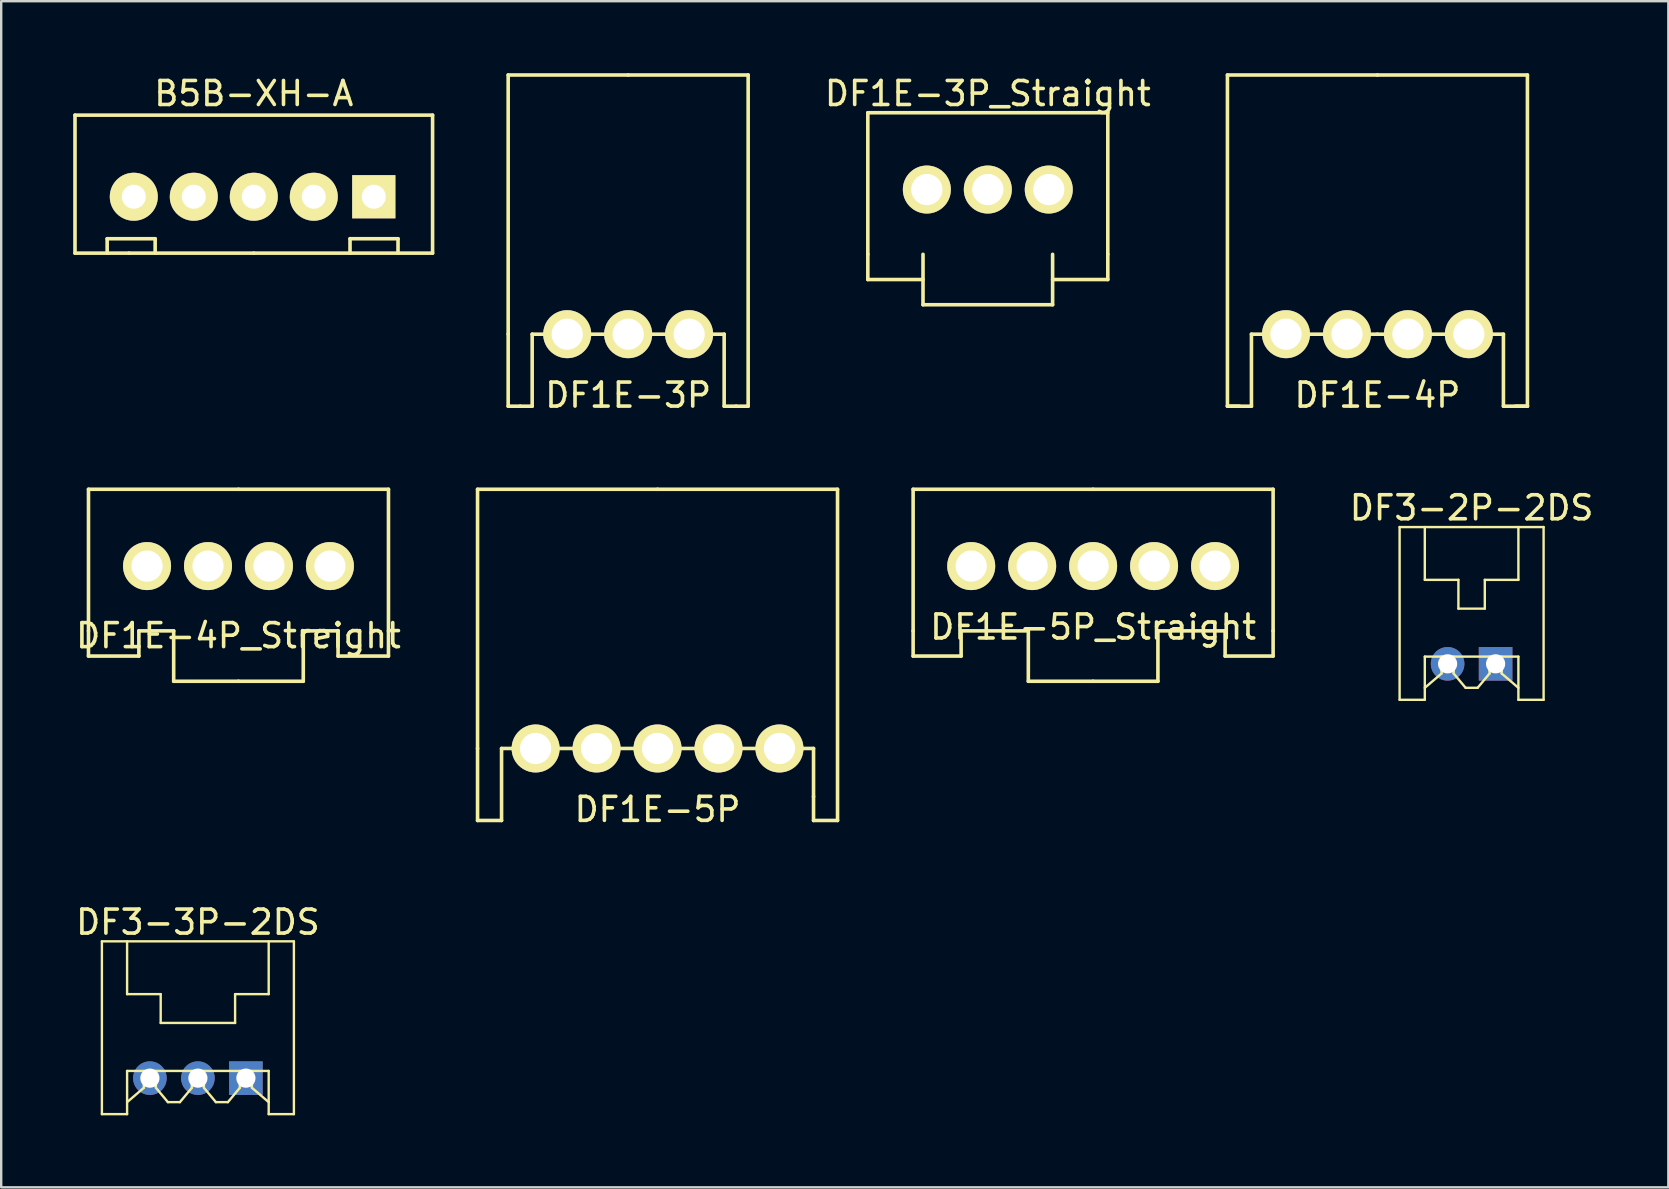
<source format=kicad_pcb>
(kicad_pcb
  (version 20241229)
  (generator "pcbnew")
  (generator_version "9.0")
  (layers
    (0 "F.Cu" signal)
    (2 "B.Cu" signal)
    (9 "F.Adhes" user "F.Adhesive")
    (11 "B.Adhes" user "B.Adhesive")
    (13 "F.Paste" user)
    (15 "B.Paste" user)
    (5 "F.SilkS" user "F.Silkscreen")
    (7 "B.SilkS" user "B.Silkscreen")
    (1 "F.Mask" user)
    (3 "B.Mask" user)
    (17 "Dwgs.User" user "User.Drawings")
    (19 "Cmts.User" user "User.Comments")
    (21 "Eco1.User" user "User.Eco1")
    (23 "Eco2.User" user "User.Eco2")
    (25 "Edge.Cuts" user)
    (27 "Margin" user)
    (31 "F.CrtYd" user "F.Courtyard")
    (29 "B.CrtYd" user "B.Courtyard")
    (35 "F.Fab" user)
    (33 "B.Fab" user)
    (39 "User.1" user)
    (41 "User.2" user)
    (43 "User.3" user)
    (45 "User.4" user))
  (footprint "DF1E-4P"
    (layer "F.Cu")
    (at 54.346 10.875)
    (property "Reference" "DF1E-4P" (at 0 2.54 0) (layer "F.SilkS") (effects (font (size 1 1) (thickness 0.15))))
    (attr through_hole)
    (fp_line (start -6.25 -10.8) (end -6.25 3) (stroke (width 0.15) (type solid)) (layer "F.SilkS"))
    (fp_line (start -6.25 3) (end -5.75 3) (stroke (width 0.15) (type solid)) (layer "F.SilkS"))
    (fp_line (start -6.25 3) (end -5.25 3) (stroke (width 0.15) (type solid)) (layer "F.SilkS"))
    (fp_line (start -5.25 0) (end -1.25 0) (stroke (width 0.15) (type solid)) (layer "F.SilkS"))
    (fp_line (start -5.25 3) (end -5.25 0) (stroke (width 0.15) (type solid)) (layer "F.SilkS"))
    (fp_line (start -1.25 0) (end 0 0) (stroke (width 0.15) (type solid)) (layer "F.SilkS"))
    (fp_line (start 0 -10.8) (end -6.25 -10.8) (stroke (width 0.15) (type solid)) (layer "F.SilkS"))
    (fp_line (start 5.25 0) (end 0 0) (stroke (width 0.15) (type solid)) (layer "F.SilkS"))
    (fp_line (start 5.25 3) (end 5.25 0) (stroke (width 0.15) (type solid)) (layer "F.SilkS"))
    (fp_line (start 5.75 3) (end 6.25 3) (stroke (width 0.15) (type solid)) (layer "F.SilkS"))
    (fp_line (start 6.25 -10.8) (end 0 -10.8) (stroke (width 0.15) (type solid)) (layer "F.SilkS"))
    (fp_line (start 6.25 3) (end 5.25 3) (stroke (width 0.15) (type solid)) (layer "F.SilkS"))
    (fp_line (start 6.25 3) (end 6.25 -10.8) (stroke (width 0.15) (type solid)) (layer "F.SilkS"))
    (pad "1" thru_hole circle (at -3.81 0) (size 2 2) (drill 1.3) (layers "*.Cu" "*.Mask" "F.SilkS"))
    (pad "2" thru_hole circle (at -1.27 0) (size 2 2) (drill 1.3) (layers "*.Cu" "*.Mask" "F.SilkS"))
    (pad "3" thru_hole circle (at 1.27 0) (size 2 2) (drill 1.3) (layers "*.Cu" "*.Mask" "F.SilkS"))
    (pad "4" thru_hole circle (at 3.81 0) (size 2 2) (drill 1.3) (layers "*.Cu" "*.Mask" "F.SilkS")))
  (footprint "DF1E-5P"
    (layer "F.Cu")
    (at 24.349 28.138)
    (property "Reference" "DF1E-5P" (at 0 2.54 0) (layer "F.SilkS") (effects (font (size 1 1) (thickness 0.15))))
    (attr through_hole)
    (fp_line (start -7.5 -10.8) (end -7.5 0) (stroke (width 0.15) (type solid)) (layer "F.SilkS"))
    (fp_line (start -7.5 0) (end -7.5 3) (stroke (width 0.15) (type solid)) (layer "F.SilkS"))
    (fp_line (start -7.5 3) (end -6.5 3) (stroke (width 0.15) (type solid)) (layer "F.SilkS"))
    (fp_line (start -6.5 0) (end 0 0) (stroke (width 0.15) (type solid)) (layer "F.SilkS"))
    (fp_line (start -6.5 3) (end -6.5 0) (stroke (width 0.15) (type solid)) (layer "F.SilkS"))
    (fp_line (start 0 -10.8) (end -7.5 -10.8) (stroke (width 0.15) (type solid)) (layer "F.SilkS"))
    (fp_line (start 0 -10.8) (end 7.5 -10.8) (stroke (width 0.15) (type solid)) (layer "F.SilkS"))
    (fp_line (start 6.5 0) (end 0 0) (stroke (width 0.15) (type solid)) (layer "F.SilkS"))
    (fp_line (start 6.5 2) (end 6.5 0) (stroke (width 0.15) (type solid)) (layer "F.SilkS"))
    (fp_line (start 6.5 3) (end 6.5 2) (stroke (width 0.15) (type solid)) (layer "F.SilkS"))
    (fp_line (start 7.5 -10.8) (end 7.5 3) (stroke (width 0.15) (type solid)) (layer "F.SilkS"))
    (fp_line (start 7.5 3) (end 6.5 3) (stroke (width 0.15) (type solid)) (layer "F.SilkS"))
    (pad "1" thru_hole circle (at -5.08 0) (size 2 2) (drill 1.3) (layers "*.Cu" "*.Mask" "F.SilkS"))
    (pad "2" thru_hole circle (at -2.54 0) (size 2 2) (drill 1.3) (layers "*.Cu" "*.Mask" "F.SilkS"))
    (pad "3" thru_hole circle (at 0 0) (size 2 2) (drill 1.3) (layers "*.Cu" "*.Mask" "F.SilkS"))
    (pad "4" thru_hole circle (at 2.54 0) (size 2 2) (drill 1.3) (layers "*.Cu" "*.Mask" "F.SilkS"))
    (pad "5" thru_hole circle (at 5.08 0) (size 2 2) (drill 1.3) (layers "*.Cu" "*.Mask" "F.SilkS")))
  (footprint "DF1E-4P_Streight"
    (layer "F.Cu")
    (at 6.887 20.538)
    (property "Reference" "DF1E-4P_Streight" (at 0 2.9 0) (layer "F.SilkS") (effects (font (size 1 1) (thickness 0.15))))
    (attr through_hole)
    (fp_line (start -6.25 2.7) (end -6.25 -3.2) (stroke (width 0.15) (type solid)) (layer "F.SilkS"))
    (fp_line (start -6.25 2.7) (end -6.25 3.75) (stroke (width 0.15) (type solid)) (layer "F.SilkS"))
    (fp_line (start -6.25 3.75) (end -4.15 3.75) (stroke (width 0.15) (type solid)) (layer "F.SilkS"))
    (fp_line (start -4.15 3.75) (end -4.15 2.7) (stroke (width 0.15) (type solid)) (layer "F.SilkS"))
    (fp_line (start -2.7 2.7) (end -4.15 2.7) (stroke (width 0.15) (type solid)) (layer "F.SilkS"))
    (fp_line (start -2.7 4.8) (end -2.7 2.7) (stroke (width 0.15) (type solid)) (layer "F.SilkS"))
    (fp_line (start 0 -3.2) (end -6.25 -3.2) (stroke (width 0.15) (type solid)) (layer "F.SilkS"))
    (fp_line (start 0 -3.2) (end 6.25 -3.2) (stroke (width 0.15) (type solid)) (layer "F.SilkS"))
    (fp_line (start 0 4.8) (end -2.7 4.8) (stroke (width 0.15) (type solid)) (layer "F.SilkS"))
    (fp_line (start 0 4.8) (end 2.7 4.8) (stroke (width 0.15) (type solid)) (layer "F.SilkS"))
    (fp_line (start 2.7 4.8) (end 2.7 2.7) (stroke (width 0.15) (type solid)) (layer "F.SilkS"))
    (fp_line (start 4.15 2.7) (end 2.7 2.7) (stroke (width 0.15) (type solid)) (layer "F.SilkS"))
    (fp_line (start 4.15 3.75) (end 4.15 2.7) (stroke (width 0.15) (type solid)) (layer "F.SilkS"))
    (fp_line (start 6.25 -3.2) (end 6.25 2.7) (stroke (width 0.15) (type solid)) (layer "F.SilkS"))
    (fp_line (start 6.25 2.7) (end 6.25 3.75) (stroke (width 0.15) (type solid)) (layer "F.SilkS"))
    (fp_line (start 6.25 3.75) (end 4.15 3.75) (stroke (width 0.15) (type solid)) (layer "F.SilkS"))
    (pad "1" thru_hole circle (at -3.81 0) (size 2 2) (drill 1.3) (layers "*.Cu" "*.Mask" "F.SilkS"))
    (pad "2" thru_hole circle (at -1.27 0) (size 2 2) (drill 1.3) (layers "*.Cu" "*.Mask" "F.SilkS"))
    (pad "3" thru_hole circle (at 1.27 0) (size 2 2) (drill 1.3) (layers "*.Cu" "*.Mask" "F.SilkS"))
    (pad "4" thru_hole circle (at 3.81 0) (size 2 2) (drill 1.3) (layers "*.Cu" "*.Mask" "F.SilkS")))
  (footprint "DF1E-5P_Straight"
    (layer "F.Cu")
    (at 42.499 20.538)
    (property "Reference" "DF1E-5P_Straight" (at 0 2.54 0) (layer "F.SilkS") (effects (font (size 1 1) (thickness 0.15))))
    (attr through_hole)
    (fp_line (start -7.5 -3.2) (end -7.5 2.7) (stroke (width 0.15) (type solid)) (layer "F.SilkS"))
    (fp_line (start -7.5 2.7) (end -7.5 3.75) (stroke (width 0.15) (type solid)) (layer "F.SilkS"))
    (fp_line (start -7.5 3.75) (end -5.5 3.75) (stroke (width 0.15) (type solid)) (layer "F.SilkS"))
    (fp_line (start -5.5 3.75) (end -5.5 2.7) (stroke (width 0.15) (type solid)) (layer "F.SilkS"))
    (fp_line (start -2.7 2.7) (end -5.5 2.7) (stroke (width 0.15) (type solid)) (layer "F.SilkS"))
    (fp_line (start -2.7 4.8) (end -2.7 2.7) (stroke (width 0.15) (type solid)) (layer "F.SilkS"))
    (fp_line (start 0 -3.2) (end -7.5 -3.2) (stroke (width 0.15) (type solid)) (layer "F.SilkS"))
    (fp_line (start 0 4.8) (end -2.7 4.8) (stroke (width 0.15) (type solid)) (layer "F.SilkS"))
    (fp_line (start 0 4.8) (end 2.7 4.8) (stroke (width 0.15) (type solid)) (layer "F.SilkS"))
    (fp_line (start 2.7 4.8) (end 2.7 2.7) (stroke (width 0.15) (type solid)) (layer "F.SilkS"))
    (fp_line (start 5.5 2.7) (end 2.7 2.7) (stroke (width 0.15) (type solid)) (layer "F.SilkS"))
    (fp_line (start 5.5 3.75) (end 5.5 2.7) (stroke (width 0.15) (type solid)) (layer "F.SilkS"))
    (fp_line (start 7.5 -3.2) (end 0 -3.2) (stroke (width 0.15) (type solid)) (layer "F.SilkS"))
    (fp_line (start 7.5 2.7) (end 7.5 -3.2) (stroke (width 0.15) (type solid)) (layer "F.SilkS"))
    (fp_line (start 7.5 2.7) (end 7.5 3.75) (stroke (width 0.15) (type solid)) (layer "F.SilkS"))
    (fp_line (start 7.5 3.75) (end 5.5 3.75) (stroke (width 0.15) (type solid)) (layer "F.SilkS"))
    (pad "1" thru_hole circle (at -5.08 0) (size 2 2) (drill 1.3) (layers "*.Cu" "*.Mask" "F.SilkS"))
    (pad "2" thru_hole circle (at -2.54 0) (size 2 2) (drill 1.3) (layers "*.Cu" "*.Mask" "F.SilkS"))
    (pad "3" thru_hole circle (at 0 0) (size 2 2) (drill 1.3) (layers "*.Cu" "*.Mask" "F.SilkS"))
    (pad "4" thru_hole circle (at 2.54 0) (size 2 2) (drill 1.3) (layers "*.Cu" "*.Mask" "F.SilkS"))
    (pad "5" thru_hole circle (at 5.08 0) (size 2 2) (drill 1.3) (layers "*.Cu" "*.Mask" "F.SilkS")))
  (footprint "DF3-3P-2DS"
    (layer "F.Cu")
    (at 5.196 41.875)
    (property "Reference" "DF3-3P-2DS" (at 0 -6.5 0) (layer "F.SilkS") (effects (font (size 1 1) (thickness 0.15))))
    (attr through_hole)
    (fp_line (start -4 -5.7) (end 4 -5.7) (stroke (width 0.1) (type solid)) (layer "F.SilkS"))
    (fp_line (start -4 1.5) (end -4 -5.7) (stroke (width 0.1) (type solid)) (layer "F.SilkS"))
    (fp_line (start -4 1.5) (end -2.95 1.5) (stroke (width 0.1) (type solid)) (layer "F.SilkS"))
    (fp_line (start -2.95 -5.7) (end -2.95 -3.5) (stroke (width 0.1) (type solid)) (layer "F.SilkS"))
    (fp_line (start -2.95 -0.3) (end 2.95 -0.3) (stroke (width 0.1) (type solid)) (layer "F.SilkS"))
    (fp_line (start -2.95 1) (end -2.25 0.4) (stroke (width 0.1) (type solid)) (layer "F.SilkS"))
    (fp_line (start -2.95 1.5) (end -2.95 -0.3) (stroke (width 0.1) (type solid)) (layer "F.SilkS"))
    (fp_line (start -2.25 0.3) (end -1.75 0.3) (stroke (width 0.1) (type solid)) (layer "F.SilkS"))
    (fp_line (start -2.25 0.4) (end -2.25 -0.3) (stroke (width 0.1) (type solid)) (layer "F.SilkS"))
    (fp_line (start -1.75 0.4) (end -1.75 -0.3) (stroke (width 0.1) (type solid)) (layer "F.SilkS"))
    (fp_line (start -1.55 -3.5) (end -2.95 -3.5) (stroke (width 0.1) (type solid)) (layer "F.SilkS"))
    (fp_line (start -1.55 -2.3) (end -1.55 -3.5) (stroke (width 0.1) (type solid)) (layer "F.SilkS"))
    (fp_line (start -1.25 1) (end -1.75 0.4) (stroke (width 0.1) (type solid)) (layer "F.SilkS"))
    (fp_line (start -0.75 1) (end -1.25 1) (stroke (width 0.1) (type solid)) (layer "F.SilkS"))
    (fp_line (start -0.25 0.3) (end 0.25 0.3) (stroke (width 0.1) (type solid)) (layer "F.SilkS"))
    (fp_line (start -0.25 0.4) (end -0.75 1) (stroke (width 0.1) (type solid)) (layer "F.SilkS"))
    (fp_line (start -0.25 0.4) (end -0.25 -0.3) (stroke (width 0.1) (type solid)) (layer "F.SilkS"))
    (fp_line (start 0.25 -0.3) (end 0.25 0.4) (stroke (width 0.1) (type solid)) (layer "F.SilkS"))
    (fp_line (start 0.25 0.4) (end 0.75 1) (stroke (width 0.1) (type solid)) (layer "F.SilkS"))
    (fp_line (start 0.75 1) (end 1.25 1) (stroke (width 0.1) (type solid)) (layer "F.SilkS"))
    (fp_line (start 1.25 1) (end 1.75 0.4) (stroke (width 0.1) (type solid)) (layer "F.SilkS"))
    (fp_line (start 1.55 -3.5) (end 2.95 -3.5) (stroke (width 0.1) (type solid)) (layer "F.SilkS"))
    (fp_line (start 1.55 -2.3) (end -1.55 -2.3) (stroke (width 0.1) (type solid)) (layer "F.SilkS"))
    (fp_line (start 1.55 -2.3) (end 1.55 -3.5) (stroke (width 0.1) (type solid)) (layer "F.SilkS"))
    (fp_line (start 1.75 0.3) (end 2.25 0.3) (stroke (width 0.1) (type solid)) (layer "F.SilkS"))
    (fp_line (start 1.75 0.4) (end 1.75 -0.3) (stroke (width 0.1) (type solid)) (layer "F.SilkS"))
    (fp_line (start 2.25 0.4) (end 2.25 -0.3) (stroke (width 0.1) (type solid)) (layer "F.SilkS"))
    (fp_line (start 2.95 -3.5) (end 2.95 -5.7) (stroke (width 0.1) (type solid)) (layer "F.SilkS"))
    (fp_line (start 2.95 -0.3) (end 2.95 1.5) (stroke (width 0.1) (type solid)) (layer "F.SilkS"))
    (fp_line (start 2.95 1) (end 2.25 0.4) (stroke (width 0.1) (type solid)) (layer "F.SilkS"))
    (fp_line (start 2.95 1.5) (end 4 1.5) (stroke (width 0.1) (type solid)) (layer "F.SilkS"))
    (fp_line (start 4 1.5) (end 4 -5.7) (stroke (width 0.1) (type solid)) (layer "F.SilkS"))
    (pad "1" thru_hole rect (at 2 0) (size 1.4 1.4) (drill 0.8) (layers "*.Cu" "*.Mask"))
    (pad "2" thru_hole circle (at 0 0) (size 1.4 1.4) (drill 0.8) (layers "*.Cu" "*.Mask"))
    (pad "3" thru_hole circle (at -2 0) (size 1.4 1.4) (drill 0.8) (layers "*.Cu" "*.Mask")))
  (footprint "DF3-2P-2DS"
    (layer "F.Cu")
    (at 58.27 24.611)
    (property "Reference" "DF3-2P-2DS" (at 0 -6.5 0) (layer "F.SilkS") (effects (font (size 1 1) (thickness 0.15))))
    (attr through_hole)
    (fp_line (start -3 -5.7) (end 3 -5.7) (stroke (width 0.1) (type solid)) (layer "F.SilkS"))
    (fp_line (start -3 1.5) (end -3 -5.7) (stroke (width 0.1) (type solid)) (layer "F.SilkS"))
    (fp_line (start -3 1.5) (end -1.95 1.5) (stroke (width 0.1) (type solid)) (layer "F.SilkS"))
    (fp_line (start -1.95 -5.7) (end -1.95 -3.5) (stroke (width 0.1) (type solid)) (layer "F.SilkS"))
    (fp_line (start -1.95 -3.5) (end -0.55 -3.5) (stroke (width 0.1) (type solid)) (layer "F.SilkS"))
    (fp_line (start -1.95 -0.3) (end 1.95 -0.3) (stroke (width 0.1) (type solid)) (layer "F.SilkS"))
    (fp_line (start -1.95 1) (end -1.25 0.4) (stroke (width 0.1) (type solid)) (layer "F.SilkS"))
    (fp_line (start -1.95 1.5) (end -1.95 -0.3) (stroke (width 0.1) (type solid)) (layer "F.SilkS"))
    (fp_line (start -1.25 0.3) (end -0.75 0.3) (stroke (width 0.1) (type solid)) (layer "F.SilkS"))
    (fp_line (start -1.25 0.4) (end -1.25 -0.3) (stroke (width 0.1) (type solid)) (layer "F.SilkS"))
    (fp_line (start -0.75 -0.3) (end -0.75 0.4) (stroke (width 0.1) (type solid)) (layer "F.SilkS"))
    (fp_line (start -0.75 0.4) (end -0.25 1) (stroke (width 0.1) (type solid)) (layer "F.SilkS"))
    (fp_line (start -0.55 -3.5) (end -0.55 -2.3) (stroke (width 0.1) (type solid)) (layer "F.SilkS"))
    (fp_line (start -0.55 -2.3) (end 0.55 -2.3) (stroke (width 0.1) (type solid)) (layer "F.SilkS"))
    (fp_line (start -0.25 1) (end 0.25 1) (stroke (width 0.1) (type solid)) (layer "F.SilkS"))
    (fp_line (start 0.25 1) (end 0.75 0.4) (stroke (width 0.1) (type solid)) (layer "F.SilkS"))
    (fp_line (start 0.55 -3.5) (end 1.95 -3.5) (stroke (width 0.1) (type solid)) (layer "F.SilkS"))
    (fp_line (start 0.55 -2.3) (end 0.55 -3.5) (stroke (width 0.1) (type solid)) (layer "F.SilkS"))
    (fp_line (start 0.75 0.3) (end 1.25 0.3) (stroke (width 0.1) (type solid)) (layer "F.SilkS"))
    (fp_line (start 0.75 0.4) (end 0.75 -0.3) (stroke (width 0.1) (type solid)) (layer "F.SilkS"))
    (fp_line (start 1.25 0.4) (end 1.25 -0.3) (stroke (width 0.1) (type solid)) (layer "F.SilkS"))
    (fp_line (start 1.95 -3.5) (end 1.95 -5.7) (stroke (width 0.1) (type solid)) (layer "F.SilkS"))
    (fp_line (start 1.95 -0.3) (end 1.95 1.5) (stroke (width 0.1) (type solid)) (layer "F.SilkS"))
    (fp_line (start 1.95 1) (end 1.25 0.4) (stroke (width 0.1) (type solid)) (layer "F.SilkS"))
    (fp_line (start 1.95 1.5) (end 3 1.5) (stroke (width 0.1) (type solid)) (layer "F.SilkS"))
    (fp_line (start 3 1.5) (end 3 -5.7) (stroke (width 0.1) (type solid)) (layer "F.SilkS"))
    (pad "1" thru_hole rect (at 1 0) (size 1.4 1.4) (drill 0.8) (layers "*.Cu" "*.Mask"))
    (pad "2" thru_hole circle (at -1 0) (size 1.4 1.4) (drill 0.8) (layers "*.Cu" "*.Mask")))
  (footprint "DF1E-3P_Straight"
    (layer "F.Cu")
    (at 38.111 4.848)
    (property "Reference" "DF1E-3P_Straight" (at 0 -4 180) (layer "F.SilkS") (effects (font (size 1 1) (thickness 0.15))))
    (attr through_hole)
    (fp_line (start -5 -3.2) (end -5 2.7) (stroke (width 0.15) (type solid)) (layer "F.SilkS"))
    (fp_line (start -5 2.7) (end -5 3.75) (stroke (width 0.15) (type solid)) (layer "F.SilkS"))
    (fp_line (start -5 3.75) (end -2.7 3.75) (stroke (width 0.15) (type solid)) (layer "F.SilkS"))
    (fp_line (start -2.7 4.8) (end -2.7 2.7) (stroke (width 0.15) (type solid)) (layer "F.SilkS"))
    (fp_line (start 2.7 2.7) (end 2.7 4.8) (stroke (width 0.15) (type solid)) (layer "F.SilkS"))
    (fp_line (start 2.7 4.8) (end -2.7 4.8) (stroke (width 0.15) (type solid)) (layer "F.SilkS"))
    (fp_line (start 5 -3.2) (end -5 -3.2) (stroke (width 0.15) (type solid)) (layer "F.SilkS"))
    (fp_line (start 5 2.7) (end 5 -3.2) (stroke (width 0.15) (type solid)) (layer "F.SilkS"))
    (fp_line (start 5 2.7) (end 5 3.75) (stroke (width 0.15) (type solid)) (layer "F.SilkS"))
    (fp_line (start 5 3.75) (end 2.7 3.75) (stroke (width 0.15) (type solid)) (layer "F.SilkS"))
    (pad "1" thru_hole circle (at -2.54 0 180) (size 2 2) (drill 1.3) (layers "*.Cu" "*.Mask" "F.SilkS"))
    (pad "2" thru_hole circle (at 0 0 180) (size 2 2) (drill 1.3) (layers "*.Cu" "*.Mask" "F.SilkS"))
    (pad "3" thru_hole circle (at 2.54 0 180) (size 2 2) (drill 1.3) (layers "*.Cu" "*.Mask" "F.SilkS")))
  (footprint "DF1E-3P"
    (layer "F.Cu")
    (at 23.125 10.875)
    (property "Reference" "DF1E-3P" (at 0 2.54 0) (layer "F.SilkS") (effects (font (size 1 1) (thickness 0.15))))
    (attr through_hole)
    (fp_line (start -5 -10.8) (end -5 0) (stroke (width 0.15) (type solid)) (layer "F.SilkS"))
    (fp_line (start -5 0) (end -5 3) (stroke (width 0.15) (type solid)) (layer "F.SilkS"))
    (fp_line (start -5 3) (end -4.5 3) (stroke (width 0.15) (type solid)) (layer "F.SilkS"))
    (fp_line (start -4.5 3) (end -4 3) (stroke (width 0.15) (type solid)) (layer "F.SilkS"))
    (fp_line (start -4 0) (end -0.05 0) (stroke (width 0.15) (type solid)) (layer "F.SilkS"))
    (fp_line (start -4 3) (end -4 0) (stroke (width 0.15) (type solid)) (layer "F.SilkS"))
    (fp_line (start 0 -10.8) (end -5 -10.8) (stroke (width 0.15) (type solid)) (layer "F.SilkS"))
    (fp_line (start 0 -10.8) (end 5 -10.8) (stroke (width 0.15) (type solid)) (layer "F.SilkS"))
    (fp_line (start 4 0) (end -0.05 0) (stroke (width 0.15) (type solid)) (layer "F.SilkS"))
    (fp_line (start 4 3) (end 4 0) (stroke (width 0.15) (type solid)) (layer "F.SilkS"))
    (fp_line (start 4.5 3) (end 4 3) (stroke (width 0.15) (type solid)) (layer "F.SilkS"))
    (fp_line (start 5 -10.8) (end 5 3) (stroke (width 0.15) (type solid)) (layer "F.SilkS"))
    (fp_line (start 5 3) (end 4.5 3) (stroke (width 0.15) (type solid)) (layer "F.SilkS"))
    (pad "1" thru_hole circle (at -2.54 0) (size 2 2) (drill 1.3) (layers "*.Cu" "*.Mask" "F.SilkS"))
    (pad "2" thru_hole circle (at 0 0) (size 2 2) (drill 1.3) (layers "*.Cu" "*.Mask" "F.SilkS"))
    (pad "3" thru_hole circle (at 2.54 0) (size 2 2) (drill 1.3) (layers "*.Cu" "*.Mask" "F.SilkS")))
  (footprint "B5B-XH-A"
    (layer "F.Cu")
    (at 7.525 5.148)
    (property "Reference" "B5B-XH-A" (at 0 -4.3 0) (layer "F.SilkS") (effects (font (size 1 1) (thickness 0.15))))
    (attr through_hole)
    (fp_line (start -7.45 2.35) (end -7.45 -3.4) (stroke (width 0.15) (type solid)) (layer "F.SilkS"))
    (fp_line (start -6.11 1.75) (end -4.11 1.75) (stroke (width 0.15) (type solid)) (layer "F.SilkS"))
    (fp_line (start -6.11 2.35) (end -6.11 1.75) (stroke (width 0.15) (type solid)) (layer "F.SilkS"))
    (fp_line (start -5.2 2.35) (end -7.45 2.35) (stroke (width 0.15) (type solid)) (layer "F.SilkS"))
    (fp_line (start -5.2 2.35) (end 0 2.35) (stroke (width 0.15) (type solid)) (layer "F.SilkS"))
    (fp_line (start -4.11 1.75) (end -4.11 2.35) (stroke (width 0.15) (type solid)) (layer "F.SilkS"))
    (fp_line (start 0 2.35) (end 7.45 2.35) (stroke (width 0.15) (type solid)) (layer "F.SilkS"))
    (fp_line (start 4.01 1.75) (end 4.01 2.35) (stroke (width 0.15) (type solid)) (layer "F.SilkS"))
    (fp_line (start 6.01 1.75) (end 4.01 1.75) (stroke (width 0.15) (type solid)) (layer "F.SilkS"))
    (fp_line (start 6.01 2.35) (end 6.01 1.75) (stroke (width 0.15) (type solid)) (layer "F.SilkS"))
    (fp_line (start 7.45 -3.4) (end -7.45 -3.4) (stroke (width 0.15) (type solid)) (layer "F.SilkS"))
    (fp_line (start 7.45 2.35) (end 7.45 -3.4) (stroke (width 0.15) (type solid)) (layer "F.SilkS"))
    (pad "1" thru_hole rect (at 5 0) (size 1.8 1.8) (drill 1) (layers "*.Cu" "*.Mask" "F.SilkS"))
    (pad "2" thru_hole circle (at 2.5 0) (size 2 2) (drill 1) (layers "*.Cu" "*.Mask" "F.SilkS"))
    (pad "3" thru_hole circle (at 0 0) (size 2 2) (drill 1) (layers "*.Cu" "*.Mask" "F.SilkS"))
    (pad "4" thru_hole circle (at -2.5 0) (size 2 2) (drill 1) (layers "*.Cu" "*.Mask" "F.SilkS"))
    (pad "5" thru_hole circle (at -5 0) (size 2 2) (drill 1) (layers "*.Cu" "*.Mask" "F.SilkS")))
  (gr_rect
    (start -3 -3)
    (end 66.467 46.425)
    (stroke (width 0.1) (type default))
    (fill no)
    (layer "Edge.Cuts")))
</source>
